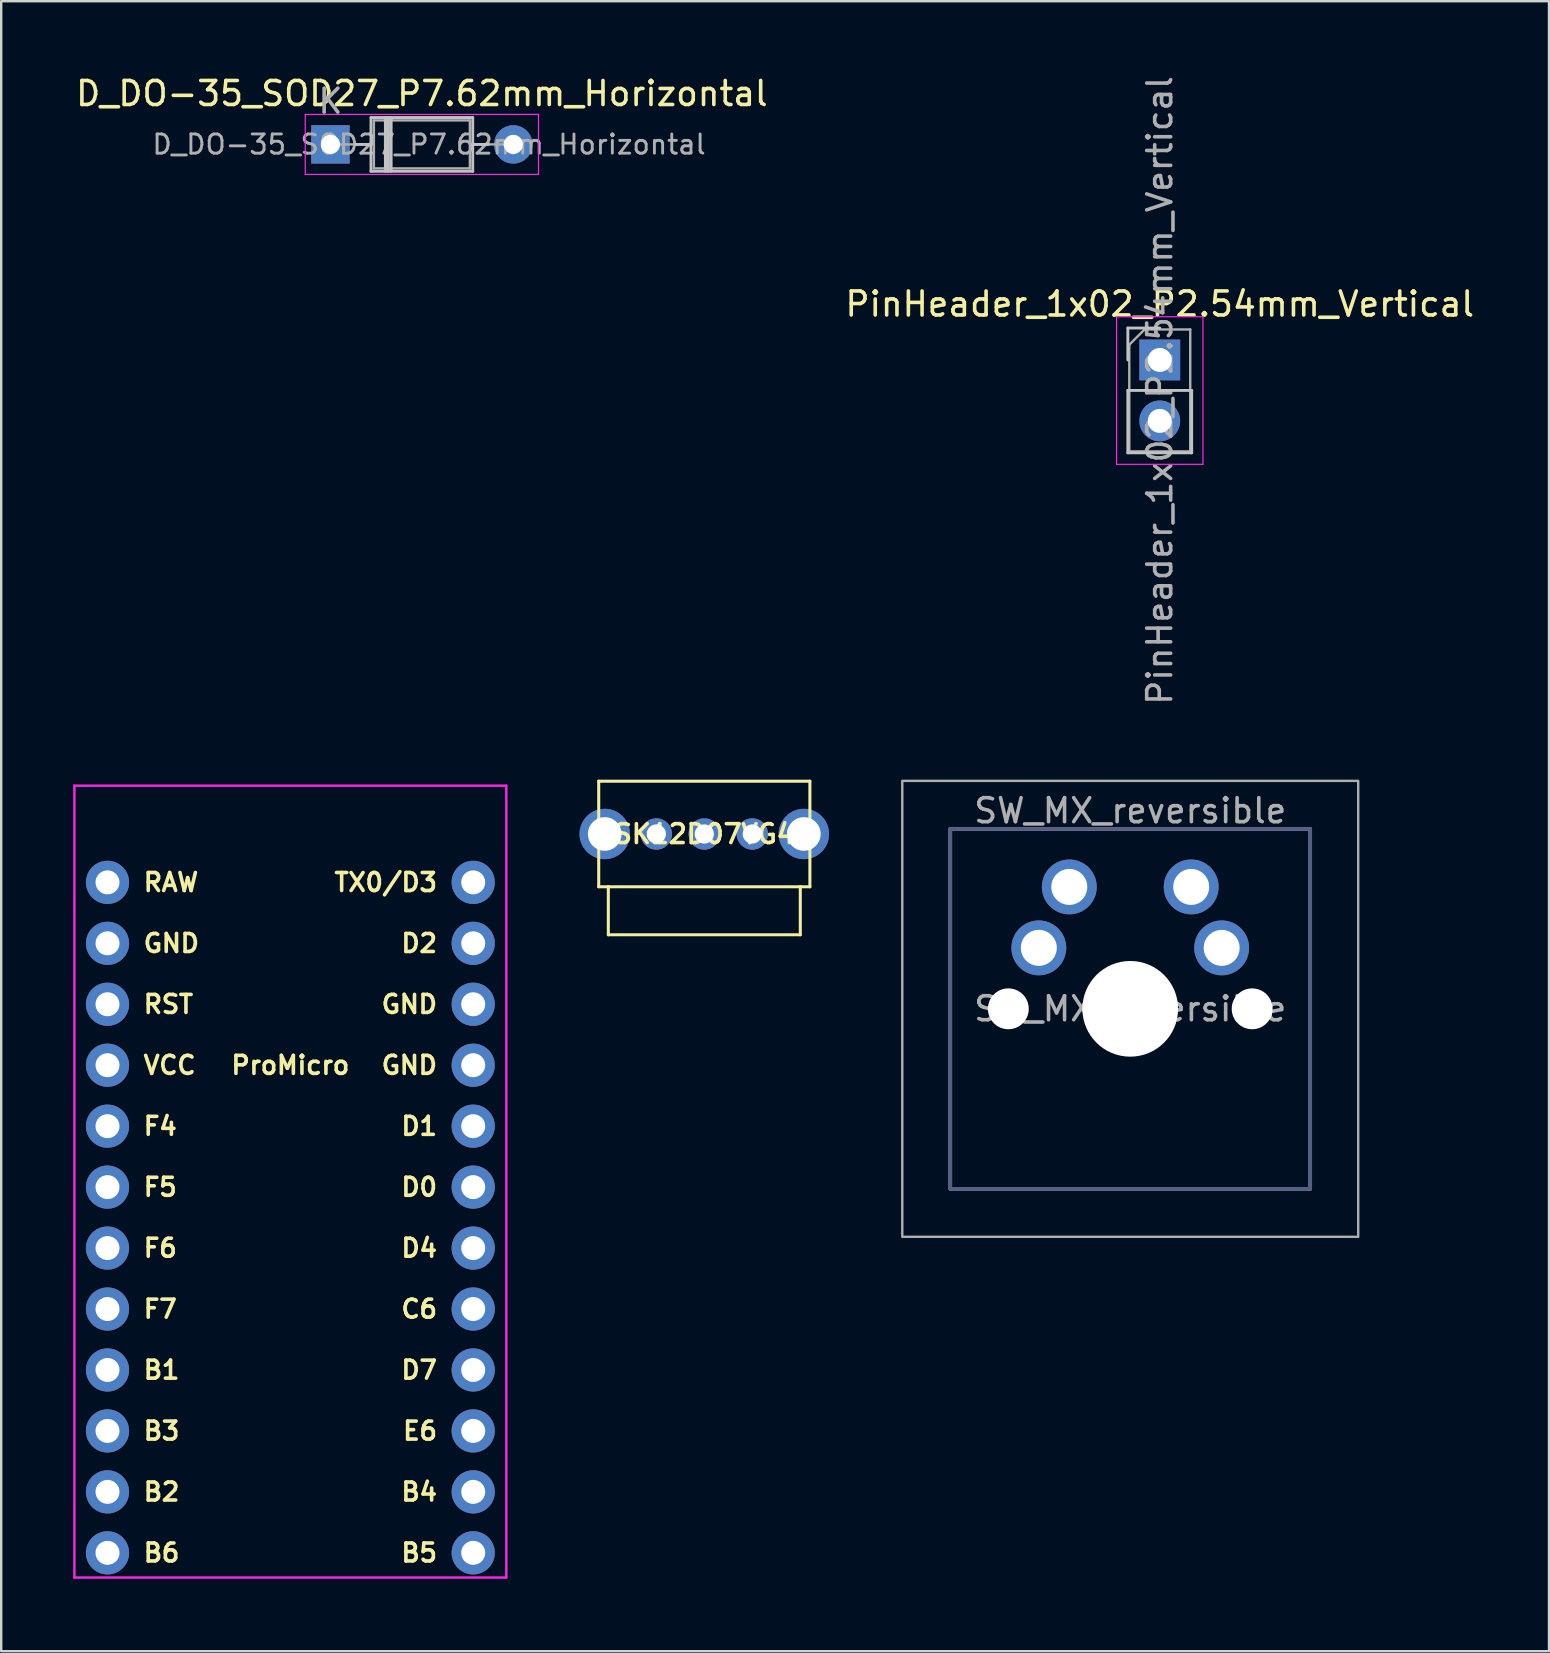
<source format=kicad_pcb>
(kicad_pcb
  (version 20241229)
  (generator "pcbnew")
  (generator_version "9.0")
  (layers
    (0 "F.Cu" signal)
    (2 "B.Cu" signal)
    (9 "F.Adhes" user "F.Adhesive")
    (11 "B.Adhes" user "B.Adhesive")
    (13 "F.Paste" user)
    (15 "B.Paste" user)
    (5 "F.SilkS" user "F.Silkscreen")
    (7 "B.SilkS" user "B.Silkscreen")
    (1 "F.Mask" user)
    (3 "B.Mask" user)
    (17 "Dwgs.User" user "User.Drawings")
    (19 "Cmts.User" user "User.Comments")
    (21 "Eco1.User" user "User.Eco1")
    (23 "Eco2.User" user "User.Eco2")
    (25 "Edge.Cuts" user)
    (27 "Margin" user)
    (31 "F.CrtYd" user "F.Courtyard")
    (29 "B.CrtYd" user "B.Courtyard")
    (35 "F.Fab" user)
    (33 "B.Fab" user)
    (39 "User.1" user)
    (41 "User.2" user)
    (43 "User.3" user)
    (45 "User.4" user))
  (footprint "PinHeader_1x02_P2.54mm_Vertical"
    (layer "F.Cu")
    (at 45.28 11.95)
    (property "Reference" "PinHeader_1x02_P2.54mm_Vertical" (at 0 -2.33 0) (layer "F.SilkS") (effects (font (size 1 1) (thickness 0.15))))
    (attr through_hole)
    (fp_line (start -1.33 -1.33) (end 0 -1.33) (stroke (width 0.12) (type solid)) (layer "Dwgs.User"))
    (fp_line (start -1.33 0) (end -1.33 -1.33) (stroke (width 0.12) (type solid)) (layer "Dwgs.User"))
    (fp_line (start -1.33 1.27) (end -1.33 3.87) (stroke (width 0.12) (type solid)) (layer "Dwgs.User"))
    (fp_line (start -1.33 1.27) (end 1.33 1.27) (stroke (width 0.12) (type solid)) (layer "Dwgs.User"))
    (fp_line (start -1.33 3.87) (end 1.33 3.87) (stroke (width 0.12) (type solid)) (layer "Dwgs.User"))
    (fp_line (start 1.33 1.27) (end 1.33 3.87) (stroke (width 0.12) (type solid)) (layer "Dwgs.User"))
    (fp_line (start -1.8 -1.8) (end -1.8 4.35) (stroke (width 0.05) (type solid)) (layer "F.CrtYd"))
    (fp_line (start -1.8 4.35) (end 1.8 4.35) (stroke (width 0.05) (type solid)) (layer "F.CrtYd"))
    (fp_line (start 1.8 -1.8) (end -1.8 -1.8) (stroke (width 0.05) (type solid)) (layer "F.CrtYd"))
    (fp_line (start 1.8 4.35) (end 1.8 -1.8) (stroke (width 0.05) (type solid)) (layer "F.CrtYd"))
    (fp_line (start -1.27 -0.635) (end -0.635 -1.27) (stroke (width 0.1) (type solid)) (layer "F.Fab"))
    (fp_line (start -1.27 3.81) (end -1.27 -0.635) (stroke (width 0.1) (type solid)) (layer "F.Fab"))
    (fp_line (start -0.635 -1.27) (end 1.27 -1.27) (stroke (width 0.1) (type solid)) (layer "F.Fab"))
    (fp_line (start 1.27 -1.27) (end 1.27 3.81) (stroke (width 0.1) (type solid)) (layer "F.Fab"))
    (fp_line (start 1.27 3.81) (end -1.27 3.81) (stroke (width 0.1) (type solid)) (layer "F.Fab"))
    (fp_text user "${REFERENCE}" (at 0 1.27 90) (layer "F.Fab") (effects (font (size 1 1) (thickness 0.15))))
    (pad "1" thru_hole rect (at 0 0) (size 1.7 1.7) (drill 1) (layers "*.Cu" "*.Mask"))
    (pad "2" thru_hole oval (at 0 2.54) (size 1.7 1.7) (drill 1) (layers "*.Cu" "*.Mask")))
  (footprint "SK12D07VG4"
    (layer "F.Cu")
    (at 26.3 31.704)
    (property "Reference" "SK12D07VG4" (at 0 0 0) (layer "F.SilkS") (effects (font (size 0.787 0.787) (thickness 0.15))))
    (attr through_hole)
    (fp_line (start -4.4 -2.2) (end 4.4 -2.2) (stroke (width 0.127) (type solid)) (layer "F.SilkS"))
    (fp_line (start -4.4 2.2) (end -4.4 -2.2) (stroke (width 0.127) (type solid)) (layer "F.SilkS"))
    (fp_line (start -4 2.2) (end -4.4 2.2) (stroke (width 0.127) (type solid)) (layer "F.SilkS"))
    (fp_line (start -4 2.2) (end -4 4.2) (stroke (width 0.127) (type solid)) (layer "F.SilkS"))
    (fp_line (start -4 4.2) (end 4 4.2) (stroke (width 0.127) (type solid)) (layer "F.SilkS"))
    (fp_line (start 4 2.2) (end -4 2.2) (stroke (width 0.127) (type solid)) (layer "F.SilkS"))
    (fp_line (start 4 4.2) (end 4 2.2) (stroke (width 0.127) (type solid)) (layer "F.SilkS"))
    (fp_line (start 4.4 -2.2) (end 4.4 2.2) (stroke (width 0.127) (type solid)) (layer "F.SilkS"))
    (fp_line (start 4.4 2.2) (end 4 2.2) (stroke (width 0.127) (type solid)) (layer "F.SilkS"))
    (pad "1" thru_hole circle (at -2 0) (size 1.308 1.308) (drill 0.8) (layers "*.Cu" "*.Mask"))
    (pad "2" thru_hole circle (at 2 0) (size 1.308 1.308) (drill 0.8) (layers "*.Cu" "*.Mask"))
    (pad "COM" thru_hole circle (at 0 0) (size 1.308 1.308) (drill 0.8) (layers "*.Cu" "*.Mask"))
    (pad "M1" thru_hole circle (at -4.15 0) (size 2.1 2.1) (drill 1.4) (layers "*.Cu" "*.Mask"))
    (pad "M2" thru_hole circle (at 4.15 0) (size 2.1 2.1) (drill 1.4) (layers "*.Cu" "*.Mask")))
  (footprint "ProMicro"
    (layer "F.Cu")
    (at 9.05 29.69)
    (property "Reference" "ProMicro" (at 0 11.65 0) (layer "F.SilkS") (effects (font (size 0.75 0.75) (thickness 0.15))))
    (attr through_hole)
    (fp_line (start -9 0) (end -9 33) (stroke (width 0.1) (type solid)) (layer "F.CrtYd"))
    (fp_line (start -9 0) (end 9 0) (stroke (width 0.1) (type solid)) (layer "F.CrtYd"))
    (fp_line (start -9 33) (end 9 33) (stroke (width 0.1) (type solid)) (layer "F.CrtYd"))
    (fp_line (start 9 0) (end 9 33) (stroke (width 0.1) (type solid)) (layer "F.CrtYd"))
    (fp_text user "B5" (at 6.2 31.97 0) (layer "F.SilkS") (effects (font (size 0.75 0.75) (thickness 0.15)) (justify right)))
    (fp_text user "D4" (at 6.2 19.27 0) (layer "F.SilkS") (effects (font (size 0.75 0.75) (thickness 0.15)) (justify right)))
    (fp_text user "B4" (at 6.2 29.43 0) (layer "F.SilkS") (effects (font (size 0.75 0.75) (thickness 0.15)) (justify right)))
    (fp_text user "D0" (at 6.2 16.73 0) (layer "F.SilkS") (effects (font (size 0.75 0.75) (thickness 0.15)) (justify right)))
    (fp_text user "D2" (at 6.2 6.57 0) (layer "F.SilkS") (effects (font (size 0.75 0.75) (thickness 0.15)) (justify right)))
    (fp_text user "B6" (at -6.2 31.97 0) (layer "F.SilkS") (effects (font (size 0.75 0.75) (thickness 0.15)) (justify left)))
    (fp_text user "F6" (at -6.2 19.27 0) (layer "F.SilkS") (effects (font (size 0.75 0.75) (thickness 0.15)) (justify left)))
    (fp_text user "E6" (at 6.2 26.89 0) (layer "F.SilkS") (effects (font (size 0.75 0.75) (thickness 0.15)) (justify right)))
    (fp_text user "F7" (at -6.2 21.81 0) (layer "F.SilkS") (effects (font (size 0.75 0.75) (thickness 0.15)) (justify left)))
    (fp_text user "B2" (at -6.2 29.43 0) (layer "F.SilkS") (effects (font (size 0.75 0.75) (thickness 0.15)) (justify left)))
    (fp_text user "D7" (at 6.2 24.35 0) (layer "F.SilkS") (effects (font (size 0.75 0.75) (thickness 0.15)) (justify right)))
    (fp_text user "GND" (at 6.2 11.65 0) (layer "F.SilkS") (effects (font (size 0.75 0.75) (thickness 0.15)) (justify right)))
    (fp_text user "B3" (at -6.2 26.89 0) (layer "F.SilkS") (effects (font (size 0.75 0.75) (thickness 0.15)) (justify left)))
    (fp_text user "GND" (at 6.2 9.11 0) (layer "F.SilkS") (effects (font (size 0.75 0.75) (thickness 0.15)) (justify right)))
    (fp_text user "D1" (at 6.2 14.19 0) (layer "F.SilkS") (effects (font (size 0.75 0.75) (thickness 0.15)) (justify right)))
    (fp_text user "RST" (at -6.2 9.11 0) (layer "F.SilkS") (effects (font (size 0.75 0.75) (thickness 0.15)) (justify left)))
    (fp_text user "F4" (at -6.2 14.19 0) (layer "F.SilkS") (effects (font (size 0.75 0.75) (thickness 0.15)) (justify left)))
    (fp_text user "B1" (at -6.2 24.35 0) (layer "F.SilkS") (effects (font (size 0.75 0.75) (thickness 0.15)) (justify left)))
    (fp_text user "RAW" (at -6.2 4.03 0) (layer "F.SilkS") (effects (font (size 0.75 0.75) (thickness 0.15)) (justify left)))
    (fp_text user "C6" (at 6.2 21.81 0) (layer "F.SilkS") (effects (font (size 0.75 0.75) (thickness 0.15)) (justify right)))
    (fp_text user "TX0/D3" (at 6.2 4.03 0) (layer "F.SilkS") (effects (font (size 0.75 0.75) (thickness 0.15)) (justify right)))
    (fp_text user "F5" (at -6.2 16.73 0) (layer "F.SilkS") (effects (font (size 0.75 0.75) (thickness 0.15)) (justify left)))
    (fp_text user "GND" (at -6.2 6.57 0) (layer "F.SilkS") (effects (font (size 0.75 0.75) (thickness 0.15)) (justify left)))
    (fp_text user "VCC" (at -6.2 11.65 0) (layer "F.SilkS") (effects (font (size 0.75 0.75) (thickness 0.15)) (justify left)))
    (pad "" smd oval (at -7.62 18) (size 2.2 30.14) (layers "B.Adhes"))
    (pad "" smd oval (at 7.62 18) (size 2.2 30.14) (layers "B.Adhes"))
    (pad "1" thru_hole circle (at 7.62 4.03) (size 1.8 1.8) (drill 1) (layers "*.Cu" "*.Mask"))
    (pad "2" thru_hole circle (at 7.62 6.57) (size 1.8 1.8) (drill 1) (layers "*.Cu" "*.Mask"))
    (pad "3" thru_hole circle (at 7.62 9.11) (size 1.8 1.8) (drill 1) (layers "*.Cu" "*.Mask"))
    (pad "4" thru_hole circle (at 7.62 11.65) (size 1.8 1.8) (drill 1) (layers "*.Cu" "*.Mask"))
    (pad "5" thru_hole circle (at 7.62 14.19) (size 1.8 1.8) (drill 1) (layers "*.Cu" "*.Mask"))
    (pad "6" thru_hole circle (at 7.62 16.73) (size 1.8 1.8) (drill 1) (layers "*.Cu" "*.Mask"))
    (pad "7" thru_hole circle (at 7.62 19.27) (size 1.8 1.8) (drill 1) (layers "*.Cu" "*.Mask"))
    (pad "8" thru_hole circle (at 7.62 21.81) (size 1.8 1.8) (drill 1) (layers "*.Cu" "*.Mask"))
    (pad "9" thru_hole circle (at 7.62 24.35) (size 1.8 1.8) (drill 1) (layers "*.Cu" "*.Mask"))
    (pad "10" thru_hole circle (at 7.62 26.89) (size 1.8 1.8) (drill 1) (layers "*.Cu" "*.Mask"))
    (pad "11" thru_hole circle (at 7.62 29.43) (size 1.8 1.8) (drill 1) (layers "*.Cu" "*.Mask"))
    (pad "12" thru_hole circle (at 7.62 31.97) (size 1.8 1.8) (drill 1) (layers "*.Cu" "*.Mask"))
    (pad "13" thru_hole circle (at -7.62 31.97) (size 1.8 1.8) (drill 1) (layers "*.Cu" "*.Mask"))
    (pad "14" thru_hole circle (at -7.62 29.43) (size 1.8 1.8) (drill 1) (layers "*.Cu" "*.Mask"))
    (pad "15" thru_hole circle (at -7.62 26.89) (size 1.8 1.8) (drill 1) (layers "*.Cu" "*.Mask"))
    (pad "16" thru_hole circle (at -7.62 24.35) (size 1.8 1.8) (drill 1) (layers "*.Cu" "*.Mask"))
    (pad "17" thru_hole circle (at -7.62 21.81) (size 1.8 1.8) (drill 1) (layers "*.Cu" "*.Mask"))
    (pad "18" thru_hole circle (at -7.62 19.27 270) (size 1.8 1.8) (drill 1) (layers "*.Cu" "*.Mask"))
    (pad "19" thru_hole circle (at -7.62 16.73) (size 1.8 1.8) (drill 1) (layers "*.Cu" "*.Mask"))
    (pad "20" thru_hole circle (at -7.62 14.19) (size 1.8 1.8) (drill 1) (layers "*.Cu" "*.Mask"))
    (pad "21" thru_hole circle (at -7.62 11.65) (size 1.8 1.8) (drill 1) (layers "*.Cu" "*.Mask"))
    (pad "22" thru_hole circle (at -7.62 9.11) (size 1.8 1.8) (drill 1) (layers "*.Cu" "*.Mask"))
    (pad "23" thru_hole circle (at -7.62 6.57) (size 1.8 1.8) (drill 1) (layers "*.Cu" "*.Mask"))
    (pad "24" thru_hole circle (at -7.62 4.03) (size 1.8 1.8) (drill 1) (layers "*.Cu" "*.Mask")))
  (footprint "D_DO-35_SOD27_P7.62mm_Horizontal"
    (layer "F.Cu")
    (at 10.72 2.968)
    (property "Reference" "D_DO-35_SOD27_P7.62mm_Horizontal" (at 3.81 -2.12 0) (layer "F.SilkS") (effects (font (size 1 1) (thickness 0.15))))
    (attr through_hole)
    (fp_line (start 1.04 0) (end 1.69 0) (stroke (width 0.12) (type solid)) (layer "Dwgs.User"))
    (fp_line (start 1.69 -1.12) (end 1.69 1.12) (stroke (width 0.12) (type solid)) (layer "Dwgs.User"))
    (fp_line (start 1.69 1.12) (end 5.93 1.12) (stroke (width 0.12) (type solid)) (layer "Dwgs.User"))
    (fp_line (start 2.29 -1.12) (end 2.29 1.12) (stroke (width 0.12) (type solid)) (layer "Dwgs.User"))
    (fp_line (start 2.41 -1.12) (end 2.41 1.12) (stroke (width 0.12) (type solid)) (layer "Dwgs.User"))
    (fp_line (start 2.53 -1.12) (end 2.53 1.12) (stroke (width 0.12) (type solid)) (layer "Dwgs.User"))
    (fp_line (start 5.93 -1.12) (end 1.69 -1.12) (stroke (width 0.12) (type solid)) (layer "Dwgs.User"))
    (fp_line (start 5.93 1.12) (end 5.93 -1.12) (stroke (width 0.12) (type solid)) (layer "Dwgs.User"))
    (fp_line (start 6.58 0) (end 5.93 0) (stroke (width 0.12) (type solid)) (layer "Dwgs.User"))
    (fp_line (start -1.05 -1.25) (end -1.05 1.25) (stroke (width 0.05) (type solid)) (layer "F.CrtYd"))
    (fp_line (start -1.05 1.25) (end 8.67 1.25) (stroke (width 0.05) (type solid)) (layer "F.CrtYd"))
    (fp_line (start 8.67 -1.25) (end -1.05 -1.25) (stroke (width 0.05) (type solid)) (layer "F.CrtYd"))
    (fp_line (start 8.67 1.25) (end 8.67 -1.25) (stroke (width 0.05) (type solid)) (layer "F.CrtYd"))
    (fp_line (start 0 0) (end 1.81 0) (stroke (width 0.1) (type solid)) (layer "F.Fab"))
    (fp_line (start 1.81 -1) (end 1.81 1) (stroke (width 0.1) (type solid)) (layer "F.Fab"))
    (fp_line (start 1.81 1) (end 5.81 1) (stroke (width 0.1) (type solid)) (layer "F.Fab"))
    (fp_line (start 2.31 -1) (end 2.31 1) (stroke (width 0.1) (type solid)) (layer "F.Fab"))
    (fp_line (start 2.41 -1) (end 2.41 1) (stroke (width 0.1) (type solid)) (layer "F.Fab"))
    (fp_line (start 2.51 -1) (end 2.51 1) (stroke (width 0.1) (type solid)) (layer "F.Fab"))
    (fp_line (start 5.81 -1) (end 1.81 -1) (stroke (width 0.1) (type solid)) (layer "F.Fab"))
    (fp_line (start 5.81 1) (end 5.81 -1) (stroke (width 0.1) (type solid)) (layer "F.Fab"))
    (fp_line (start 7.62 0) (end 5.81 0) (stroke (width 0.1) (type solid)) (layer "F.Fab"))
    (fp_text user "K" (at 0 -1.8 0) (layer "F.Fab") (effects (font (size 1 1) (thickness 0.15))))
    (fp_text user "${REFERENCE}" (at 4.11 0 0) (layer "F.Fab") (effects (font (size 0.8 0.8) (thickness 0.12))))
    (pad "1" thru_hole rect (at 0 0) (size 1.6 1.6) (drill 0.8) (layers "*.Cu" "*.Mask"))
    (pad "2" thru_hole oval (at 7.62 0) (size 1.6 1.6) (drill 0.8) (layers "*.Cu" "*.Mask")))
  (footprint "SW_MX_reversible"
    (layer "F.Cu")
    (at 44.05 38.99)
    (property "Reference" "SW_MX_reversible" (at 0 -8.255 0) (layer "F.Fab") (effects (font (size 1 1) (thickness 0.15))))
    (attr through_hole)
    (fp_line (start -7.5 -7.5) (end 7.5 -7.5) (stroke (width 0.15) (type solid)) (layer "B.Fab"))
    (fp_line (start -7.5 7.5) (end -7.5 -7.5) (stroke (width 0.15) (type solid)) (layer "B.Fab"))
    (fp_line (start 7.5 -7.5) (end 7.5 7.5) (stroke (width 0.15) (type solid)) (layer "B.Fab"))
    (fp_line (start 7.5 7.5) (end -7.5 7.5) (stroke (width 0.15) (type solid)) (layer "B.Fab"))
    (fp_line (start -7.5 -7.5) (end 7.5 -7.5) (stroke (width 0.15) (type solid)) (layer "F.Fab"))
    (fp_line (start -7.5 7.5) (end -7.5 -7.5) (stroke (width 0.15) (type solid)) (layer "F.Fab"))
    (fp_line (start 7.5 -7.5) (end 7.5 7.5) (stroke (width 0.15) (type solid)) (layer "F.Fab"))
    (fp_line (start 7.5 7.5) (end -7.5 7.5) (stroke (width 0.15) (type solid)) (layer "F.Fab"))
    (fp_rect (start -9.5 -9.5) (end 9.5 9.5) (stroke (width 0.1) (type default)) (fill no) (layer "F.Fab"))
    (fp_text user "${REFERENCE}" (at 0 0 0) (layer "F.Fab") (effects (font (size 1 1) (thickness 0.15))))
    (pad "" np_thru_hole circle (at -5.08 0) (size 1.702 1.702) (drill 1.702) (layers "*.Cu" "*.Mask"))
    (pad "" np_thru_hole circle (at 0 0) (size 3.988 3.988) (drill 3.988) (layers "*.Cu" "*.Mask"))
    (pad "" np_thru_hole circle (at 5.08 0) (size 1.702 1.702) (drill 1.702) (layers "*.Cu" "*.Mask"))
    (pad "1" thru_hole circle (at -3.81 -2.54) (size 2.286 2.286) (drill 1.499) (layers "*.Cu" "*.Mask"))
    (pad "1" thru_hole circle (at -2.54 -5.08) (size 2.286 2.286) (drill 1.499) (layers "*.Cu" "*.Mask"))
    (pad "2" thru_hole circle (at 2.54 -5.08) (size 2.286 2.286) (drill 1.499) (layers "*.Cu" "*.Mask"))
    (pad "2" thru_hole circle (at 3.81 -2.54) (size 2.286 2.286) (drill 1.499) (layers "*.Cu" "*.Mask")))
  (gr_rect
    (start -3 -3)
    (end 61.5 65.76)
    (stroke (width 0.1) (type default))
    (fill no)
    (layer "Edge.Cuts")))
</source>
